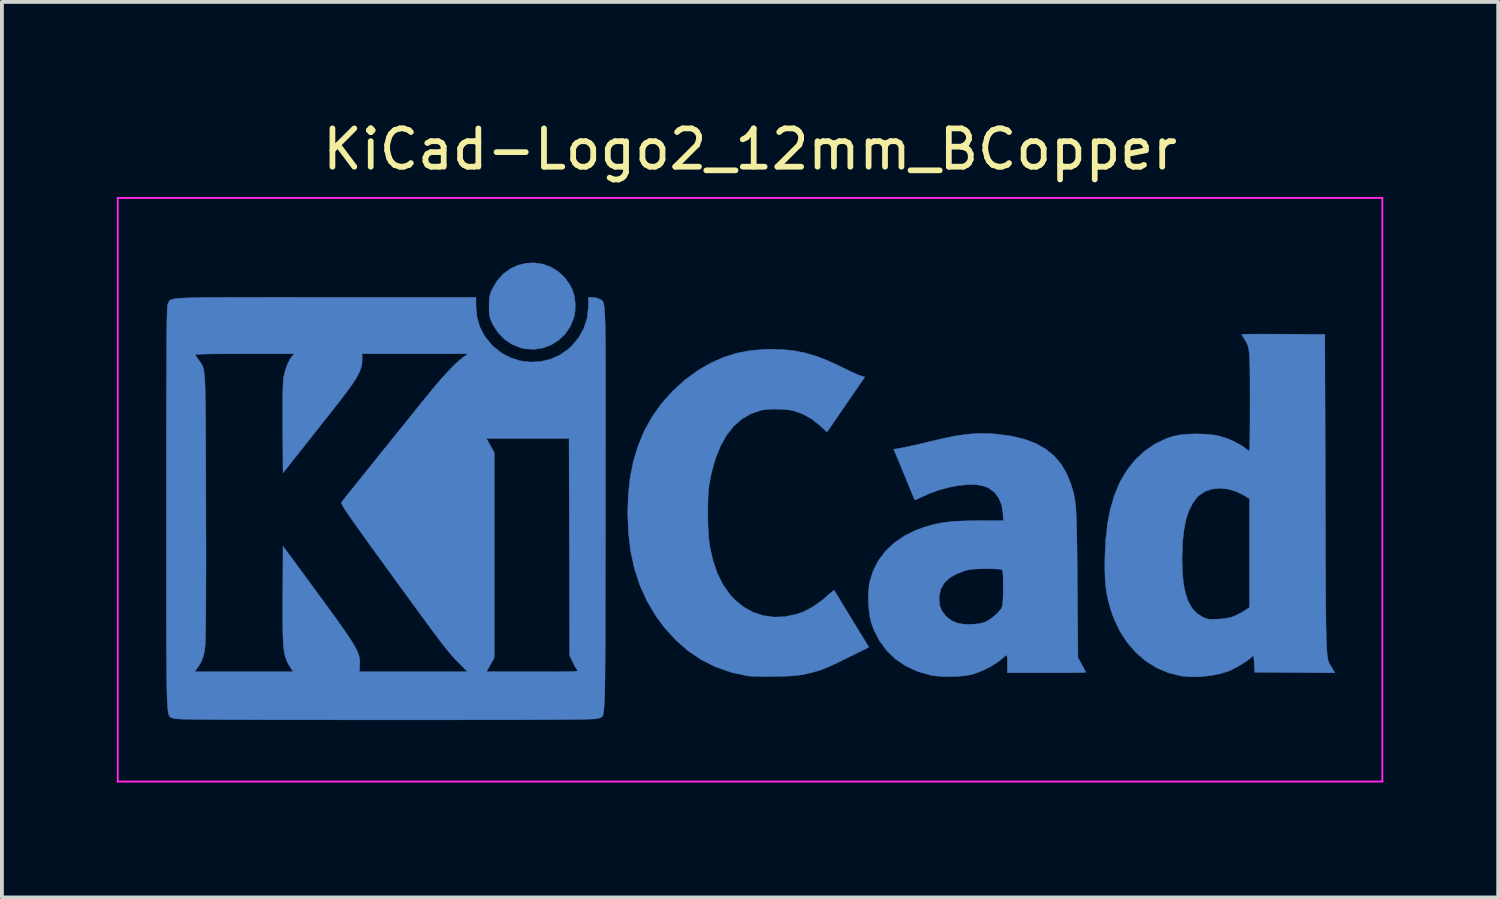
<source format=kicad_pcb>
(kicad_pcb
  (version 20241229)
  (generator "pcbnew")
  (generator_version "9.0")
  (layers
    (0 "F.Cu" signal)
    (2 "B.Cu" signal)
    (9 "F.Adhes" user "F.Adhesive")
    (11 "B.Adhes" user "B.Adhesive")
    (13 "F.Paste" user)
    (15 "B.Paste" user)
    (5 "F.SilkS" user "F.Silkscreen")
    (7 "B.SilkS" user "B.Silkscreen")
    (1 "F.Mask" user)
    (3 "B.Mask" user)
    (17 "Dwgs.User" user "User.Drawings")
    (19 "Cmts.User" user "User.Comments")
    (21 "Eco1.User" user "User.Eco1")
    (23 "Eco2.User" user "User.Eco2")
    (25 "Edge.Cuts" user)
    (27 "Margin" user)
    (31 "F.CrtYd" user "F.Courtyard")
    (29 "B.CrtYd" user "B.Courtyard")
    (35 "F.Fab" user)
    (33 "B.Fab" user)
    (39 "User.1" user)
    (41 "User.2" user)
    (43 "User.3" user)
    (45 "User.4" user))
  (footprint "KiCad-Logo2_12mm_BCopper"
    (layer "F.Cu")
    (at 16.535 9.738)
    (property "Reference" "KiCad-Logo2_12mm_BCopper" (at 0 -8.89 0) (layer "F.SilkS") (effects (font (size 1 1) (thickness 0.15))))
    (attr exclude_from_pos_files exclude_from_bom)
    (fp_poly (pts (xy -5.423 -5.895) (xy -5.218 -5.824) (xy -5.027 -5.712) (xy -4.856 -5.559) (xy -4.712 -5.366) (xy -4.648 -5.244) (xy -4.592 -5.073) (xy -4.565 -4.876) (xy -4.568 -4.674) (xy -4.601 -4.49) (xy -4.692 -4.266) (xy -4.824 -4.072) (xy -4.991 -3.911) (xy -5.185 -3.787) (xy -5.399 -3.705) (xy -5.628 -3.667) (xy -5.865 -3.679) (xy -5.981 -3.704) (xy -6.208 -3.792) (xy -6.41 -3.927) (xy -6.582 -4.104) (xy -6.718 -4.319) (xy -6.729 -4.343) (xy -6.769 -4.431) (xy -6.794 -4.505) (xy -6.808 -4.583) (xy -6.813 -4.684) (xy -6.814 -4.793) (xy -6.813 -4.925) (xy -6.806 -5.019) (xy -6.79 -5.096) (xy -6.762 -5.173) (xy -6.728 -5.249) (xy -6.599 -5.464) (xy -6.441 -5.638) (xy -6.259 -5.771) (xy -6.06 -5.863) (xy -5.85 -5.915) (xy -5.636 -5.925) (xy -5.423 -5.895)) (stroke (width 0.01) (type solid)) (fill yes) (layer "B.Cu"))
    (fp_poly (pts (xy 0.875 -3.659) (xy 1.17 -3.627) (xy 1.455 -3.569) (xy 1.743 -3.483) (xy 2.045 -3.365) (xy 2.372 -3.213) (xy 2.431 -3.184) (xy 2.566 -3.117) (xy 2.694 -3.057) (xy 2.801 -3.009) (xy 2.876 -2.98) (xy 2.887 -2.976) (xy 2.997 -2.943) (xy 2.506 -2.23) (xy 2.386 -2.055) (xy 2.277 -1.896) (xy 2.181 -1.757) (xy 2.103 -1.644) (xy 2.047 -1.562) (xy 2.015 -1.517) (xy 2.01 -1.51) (xy 1.99 -1.525) (xy 1.939 -1.57) (xy 1.867 -1.636) (xy 1.827 -1.674) (xy 1.603 -1.852) (xy 1.351 -1.988) (xy 1.133 -2.062) (xy 1.003 -2.086) (xy 0.84 -2.1) (xy 0.663 -2.105) (xy 0.491 -2.1) (xy 0.345 -2.085) (xy 0.286 -2.074) (xy 0.022 -1.983) (xy -0.216 -1.845) (xy -0.427 -1.659) (xy -0.612 -1.425) (xy -0.771 -1.144) (xy -0.902 -0.817) (xy -1.007 -0.443) (xy -1.069 -0.123) (xy -1.085 0.018) (xy -1.096 0.201) (xy -1.102 0.412) (xy -1.103 0.637) (xy -1.1 0.865) (xy -1.091 1.081) (xy -1.078 1.273) (xy -1.06 1.428) (xy -1.056 1.452) (xy -0.972 1.836) (xy -0.857 2.176) (xy -0.71 2.473) (xy -0.531 2.729) (xy -0.404 2.868) (xy -0.176 3.056) (xy 0.073 3.195) (xy 0.341 3.285) (xy 0.623 3.325) (xy 0.913 3.314) (xy 1.209 3.251) (xy 1.384 3.19) (xy 1.626 3.066) (xy 1.876 2.89) (xy 2.016 2.77) (xy 2.094 2.701) (xy 2.156 2.651) (xy 2.191 2.626) (xy 2.195 2.625) (xy 2.211 2.65) (xy 2.252 2.716) (xy 2.314 2.818) (xy 2.394 2.949) (xy 2.488 3.104) (xy 2.594 3.277) (xy 2.653 3.374) (xy 3.103 4.112) (xy 2.541 4.39) (xy 2.338 4.489) (xy 2.174 4.568) (xy 2.038 4.629) (xy 1.921 4.677) (xy 1.812 4.716) (xy 1.701 4.749) (xy 1.579 4.781) (xy 1.461 4.809) (xy 1.357 4.831) (xy 1.248 4.847) (xy 1.123 4.859) (xy 0.972 4.867) (xy 0.783 4.873) (xy 0.655 4.876) (xy 0.474 4.877) (xy 0.3 4.877) (xy 0.144 4.873) (xy 0.02 4.868) (xy -0.063 4.861) (xy -0.068 4.86) (xy -0.497 4.767) (xy -0.9 4.626) (xy -1.276 4.438) (xy -1.626 4.201) (xy -1.95 3.917) (xy -2.247 3.586) (xy -2.462 3.291) (xy -2.691 2.905) (xy -2.876 2.498) (xy -3.018 2.066) (xy -3.118 1.605) (xy -3.176 1.113) (xy -3.195 0.614) (xy -3.18 0.131) (xy -3.132 -0.315) (xy -3.05 -0.731) (xy -2.932 -1.125) (xy -2.777 -1.503) (xy -2.759 -1.543) (xy -2.555 -1.91) (xy -2.305 -2.259) (xy -2.015 -2.583) (xy -1.693 -2.875) (xy -1.346 -3.127) (xy -1.022 -3.312) (xy -0.695 -3.457) (xy -0.368 -3.562) (xy -0.027 -3.63) (xy 0.34 -3.664) (xy 0.56 -3.669) (xy 0.875 -3.659)) (stroke (width 0.01) (type solid)) (fill yes) (layer "B.Cu"))
    (fp_poly (pts (xy 13.611 -4.064) (xy 13.843 -4.063) (xy 13.922 -4.063) (xy 15.008 -4.056) (xy 15.022 0.109) (xy 15.023 0.674) (xy 15.025 1.187) (xy 15.026 1.65) (xy 15.028 2.067) (xy 15.03 2.44) (xy 15.031 2.772) (xy 15.033 3.064) (xy 15.036 3.321) (xy 15.039 3.544) (xy 15.043 3.737) (xy 15.047 3.901) (xy 15.052 4.04) (xy 15.058 4.157) (xy 15.066 4.253) (xy 15.074 4.331) (xy 15.083 4.395) (xy 15.094 4.447) (xy 15.107 4.489) (xy 15.12 4.524) (xy 15.136 4.555) (xy 15.153 4.585) (xy 15.172 4.615) (xy 15.193 4.649) (xy 15.198 4.657) (xy 15.27 4.78) (xy 14.224 4.773) (xy 13.178 4.766) (xy 13.164 4.536) (xy 13.157 4.426) (xy 13.149 4.362) (xy 13.139 4.337) (xy 13.123 4.342) (xy 13.11 4.356) (xy 13.052 4.41) (xy 12.959 4.478) (xy 12.842 4.553) (xy 12.715 4.627) (xy 12.592 4.692) (xy 12.498 4.735) (xy 12.276 4.805) (xy 12.022 4.854) (xy 11.754 4.881) (xy 11.491 4.885) (xy 11.252 4.862) (xy 11.248 4.861) (xy 10.92 4.779) (xy 10.614 4.648) (xy 10.331 4.471) (xy 10.075 4.251) (xy 9.849 3.99) (xy 9.655 3.692) (xy 9.498 3.36) (xy 9.412 3.114) (xy 9.355 2.907) (xy 9.313 2.708) (xy 9.285 2.503) (xy 9.268 2.28) (xy 9.262 2.027) (xy 9.265 1.821) (xy 11.28 1.821) (xy 11.29 2.167) (xy 11.32 2.464) (xy 11.372 2.717) (xy 11.445 2.926) (xy 11.543 3.094) (xy 11.664 3.225) (xy 11.805 3.317) (xy 11.878 3.352) (xy 11.941 3.373) (xy 12.011 3.382) (xy 12.106 3.383) (xy 12.208 3.379) (xy 12.409 3.362) (xy 12.568 3.327) (xy 12.618 3.309) (xy 12.732 3.258) (xy 12.852 3.194) (xy 12.905 3.161) (xy 13.041 3.072) (xy 13.041 0.233) (xy 12.891 0.143) (xy 12.682 0.041) (xy 12.468 -0.019) (xy 12.257 -0.038) (xy 12.057 -0.016) (xy 11.877 0.046) (xy 11.723 0.149) (xy 11.673 0.198) (xy 11.553 0.359) (xy 11.456 0.554) (xy 11.381 0.787) (xy 11.328 1.06) (xy 11.294 1.377) (xy 11.281 1.742) (xy 11.28 1.821) (xy 9.265 1.821) (xy 9.266 1.735) (xy 9.289 1.285) (xy 9.335 0.88) (xy 9.406 0.512) (xy 9.503 0.177) (xy 9.626 -0.132) (xy 9.67 -0.223) (xy 9.848 -0.522) (xy 10.062 -0.787) (xy 10.308 -1.015) (xy 10.581 -1.201) (xy 10.877 -1.341) (xy 11.053 -1.398) (xy 11.227 -1.433) (xy 11.436 -1.453) (xy 11.663 -1.459) (xy 11.89 -1.452) (xy 12.1 -1.431) (xy 12.268 -1.398) (xy 12.469 -1.333) (xy 12.663 -1.249) (xy 12.833 -1.155) (xy 12.924 -1.091) (xy 12.986 -1.044) (xy 13.03 -1.015) (xy 13.04 -1.011) (xy 13.043 -1.037) (xy 13.046 -1.113) (xy 13.048 -1.232) (xy 13.051 -1.391) (xy 13.052 -1.582) (xy 13.054 -1.801) (xy 13.055 -2.043) (xy 13.055 -2.29) (xy 13.055 -2.606) (xy 13.054 -2.872) (xy 13.052 -3.093) (xy 13.049 -3.276) (xy 13.043 -3.424) (xy 13.036 -3.543) (xy 13.025 -3.638) (xy 13.011 -3.713) (xy 12.993 -3.775) (xy 12.97 -3.828) (xy 12.943 -3.878) (xy 12.911 -3.929) (xy 12.907 -3.935) (xy 12.865 -4.001) (xy 12.84 -4.046) (xy 12.837 -4.056) (xy 12.863 -4.059) (xy 12.938 -4.061) (xy 13.056 -4.063) (xy 13.212 -4.064) (xy 13.399 -4.065) (xy 13.611 -4.064)) (stroke (width 0.01) (type solid)) (fill yes) (layer "B.Cu"))
    (fp_poly (pts (xy 6.301 -1.464) (xy 6.436 -1.453) (xy 6.823 -1.402) (xy 7.166 -1.32) (xy 7.467 -1.206) (xy 7.726 -1.059) (xy 7.946 -0.878) (xy 8.128 -0.662) (xy 8.275 -0.41) (xy 8.382 -0.137) (xy 8.409 -0.049) (xy 8.433 0.032) (xy 8.453 0.113) (xy 8.47 0.196) (xy 8.485 0.288) (xy 8.498 0.391) (xy 8.508 0.511) (xy 8.516 0.651) (xy 8.523 0.817) (xy 8.529 1.012) (xy 8.533 1.242) (xy 8.537 1.509) (xy 8.541 1.82) (xy 8.544 2.178) (xy 8.546 2.458) (xy 8.562 4.384) (xy 8.665 4.569) (xy 8.713 4.658) (xy 8.749 4.727) (xy 8.766 4.764) (xy 8.767 4.767) (xy 8.741 4.77) (xy 8.666 4.772) (xy 8.548 4.775) (xy 8.394 4.777) (xy 8.209 4.778) (xy 7.999 4.779) (xy 7.77 4.78) (xy 7.743 4.78) (xy 6.719 4.78) (xy 6.719 4.547) (xy 6.717 4.443) (xy 6.712 4.362) (xy 6.706 4.319) (xy 6.703 4.315) (xy 6.676 4.332) (xy 6.62 4.376) (xy 6.547 4.437) (xy 6.546 4.439) (xy 6.413 4.537) (xy 6.246 4.636) (xy 6.063 4.726) (xy 5.883 4.796) (xy 5.804 4.82) (xy 5.646 4.851) (xy 5.452 4.871) (xy 5.241 4.879) (xy 5.029 4.875) (xy 4.834 4.86) (xy 4.698 4.838) (xy 4.363 4.74) (xy 4.063 4.6) (xy 3.797 4.42) (xy 3.569 4.202) (xy 3.38 3.947) (xy 3.232 3.658) (xy 3.168 3.482) (xy 3.128 3.312) (xy 3.101 3.107) (xy 3.089 2.886) (xy 3.089 2.854) (xy 4.937 2.854) (xy 4.952 3.018) (xy 5.003 3.154) (xy 5.097 3.28) (xy 5.133 3.317) (xy 5.262 3.417) (xy 5.411 3.481) (xy 5.589 3.512) (xy 5.777 3.515) (xy 5.955 3.5) (xy 6.091 3.47) (xy 6.15 3.448) (xy 6.257 3.387) (xy 6.37 3.303) (xy 6.473 3.207) (xy 6.55 3.116) (xy 6.571 3.082) (xy 6.586 3.035) (xy 6.598 2.96) (xy 6.605 2.851) (xy 6.609 2.699) (xy 6.609 2.554) (xy 6.609 2.386) (xy 6.607 2.264) (xy 6.602 2.181) (xy 6.595 2.128) (xy 6.583 2.099) (xy 6.567 2.084) (xy 6.562 2.082) (xy 6.518 2.074) (xy 6.431 2.069) (xy 6.312 2.064) (xy 6.175 2.063) (xy 6.145 2.063) (xy 5.961 2.066) (xy 5.819 2.074) (xy 5.707 2.09) (xy 5.613 2.113) (xy 5.382 2.201) (xy 5.201 2.308) (xy 5.068 2.437) (xy 4.982 2.59) (xy 4.941 2.768) (xy 4.937 2.854) (xy 3.089 2.854) (xy 3.092 2.67) (xy 3.11 2.476) (xy 3.125 2.397) (xy 3.217 2.106) (xy 3.357 1.838) (xy 3.542 1.596) (xy 3.77 1.382) (xy 4.037 1.199) (xy 4.343 1.05) (xy 4.602 0.96) (xy 4.775 0.912) (xy 4.941 0.875) (xy 5.11 0.848) (xy 5.293 0.828) (xy 5.501 0.816) (xy 5.744 0.809) (xy 5.964 0.807) (xy 6.616 0.806) (xy 6.603 0.61) (xy 6.568 0.397) (xy 6.492 0.215) (xy 6.38 0.066) (xy 6.234 -0.043) (xy 6.106 -0.096) (xy 5.922 -0.13) (xy 5.703 -0.135) (xy 5.46 -0.113) (xy 5.202 -0.065) (xy 4.939 0.006) (xy 4.683 0.098) (xy 4.497 0.183) (xy 4.407 0.226) (xy 4.339 0.257) (xy 4.304 0.268) (xy 4.302 0.268) (xy 4.29 0.242) (xy 4.26 0.171) (xy 4.215 0.064) (xy 4.158 -0.074) (xy 4.091 -0.235) (xy 4.023 -0.4) (xy 3.751 -1.059) (xy 3.944 -1.09) (xy 4.028 -1.106) (xy 4.154 -1.133) (xy 4.312 -1.168) (xy 4.49 -1.209) (xy 4.677 -1.254) (xy 4.752 -1.272) (xy 5.076 -1.347) (xy 5.359 -1.404) (xy 5.613 -1.442) (xy 5.847 -1.464) (xy 6.073 -1.471) (xy 6.301 -1.464)) (stroke (width 0.01) (type solid)) (fill yes) (layer "B.Cu"))
    (fp_poly (pts (xy -11.847 -5.025) (xy -11.321 -5.025) (xy -11.076 -5.025) (xy -7.156 -5.025) (xy -7.156 -4.794) (xy -7.131 -4.513) (xy -7.057 -4.254) (xy -6.932 -4.015) (xy -6.756 -3.794) (xy -6.696 -3.735) (xy -6.482 -3.566) (xy -6.246 -3.443) (xy -5.995 -3.365) (xy -5.735 -3.334) (xy -5.475 -3.347) (xy -5.221 -3.406) (xy -4.98 -3.511) (xy -4.76 -3.661) (xy -4.661 -3.751) (xy -4.476 -3.973) (xy -4.34 -4.216) (xy -4.255 -4.479) (xy -4.222 -4.759) (xy -4.221 -4.786) (xy -4.22 -5.025) (xy -4.115 -5.025) (xy -4.021 -5.013) (xy -3.936 -4.982) (xy -3.931 -4.979) (xy -3.912 -4.969) (xy -3.894 -4.961) (xy -3.878 -4.953) (xy -3.863 -4.943) (xy -3.85 -4.928) (xy -3.838 -4.907) (xy -3.827 -4.876) (xy -3.817 -4.834) (xy -3.809 -4.778) (xy -3.802 -4.707) (xy -3.795 -4.617) (xy -3.79 -4.507) (xy -3.785 -4.374) (xy -3.781 -4.216) (xy -3.778 -4.031) (xy -3.776 -3.817) (xy -3.774 -3.571) (xy -3.773 -3.29) (xy -3.772 -2.974) (xy -3.772 -2.619) (xy -3.772 -2.223) (xy -3.772 -1.784) (xy -3.773 -1.3) (xy -3.774 -0.769) (xy -3.775 -0.187) (xy -3.775 0.446) (xy -3.776 0.524) (xy -3.776 1.161) (xy -3.777 1.747) (xy -3.778 2.282) (xy -3.778 2.769) (xy -3.779 3.211) (xy -3.78 3.609) (xy -3.781 3.967) (xy -3.783 4.285) (xy -3.785 4.568) (xy -3.787 4.815) (xy -3.79 5.031) (xy -3.793 5.217) (xy -3.797 5.376) (xy -3.802 5.509) (xy -3.808 5.62) (xy -3.815 5.709) (xy -3.822 5.781) (xy -3.831 5.836) (xy -3.84 5.877) (xy -3.851 5.906) (xy -3.863 5.926) (xy -3.877 5.939) (xy -3.892 5.948) (xy -3.908 5.953) (xy -3.926 5.958) (xy -3.946 5.965) (xy -3.95 5.968) (xy -3.965 5.973) (xy -3.991 5.977) (xy -4.028 5.981) (xy -4.08 5.985) (xy -4.148 5.988) (xy -4.236 5.991) (xy -4.344 5.994) (xy -4.476 5.996) (xy -4.633 5.999) (xy -4.818 6) (xy -5.033 6.002) (xy -5.28 6.003) (xy -5.561 6.005) (xy -5.878 6.006) (xy -6.234 6.006) (xy -6.631 6.007) (xy -7.071 6.007) (xy -7.556 6.008) (xy -8.088 6.008) (xy -8.67 6.008) (xy -9.303 6.008) (xy -9.509 6.008) (xy -10.156 6.008) (xy -10.752 6.008) (xy -11.297 6.007) (xy -11.794 6.007) (xy -12.245 6.007) (xy -12.653 6.006) (xy -13.02 6.005) (xy -13.347 6.004) (xy -13.638 6.003) (xy -13.894 6.002) (xy -14.117 6) (xy -14.31 5.999) (xy -14.476 5.997) (xy -14.615 5.994) (xy -14.731 5.992) (xy -14.826 5.989) (xy -14.901 5.985) (xy -14.96 5.982) (xy -15.003 5.978) (xy -15.035 5.974) (xy -15.056 5.969) (xy -15.067 5.965) (xy -15.088 5.956) (xy -15.107 5.95) (xy -15.124 5.943) (xy -15.139 5.935) (xy -15.154 5.921) (xy -15.166 5.902) (xy -15.178 5.873) (xy -15.188 5.832) (xy -15.197 5.779) (xy -15.205 5.709) (xy -15.212 5.622) (xy -15.218 5.514) (xy -15.223 5.383) (xy -15.227 5.228) (xy -15.231 5.045) (xy -15.234 4.834) (xy -15.234 4.752) (xy -14.505 4.752) (xy -11.929 4.752) (xy -11.979 4.677) (xy -12.028 4.6) (xy -12.07 4.526) (xy -12.104 4.452) (xy -12.133 4.37) (xy -12.156 4.277) (xy -12.173 4.166) (xy -12.186 4.034) (xy -12.195 3.875) (xy -12.2 3.683) (xy -12.203 3.454) (xy -12.204 3.182) (xy -12.202 2.863) (xy -12.202 2.744) (xy -12.195 1.472) (xy -11.389 2.569) (xy -11.161 2.88) (xy -10.963 3.151) (xy -10.794 3.385) (xy -10.65 3.587) (xy -10.531 3.759) (xy -10.434 3.905) (xy -10.357 4.028) (xy -10.297 4.133) (xy -10.253 4.223) (xy -10.223 4.302) (xy -10.203 4.372) (xy -10.193 4.439) (xy -10.19 4.504) (xy -10.192 4.573) (xy -10.192 4.581) (xy -10.201 4.752) (xy -8.789 4.752) (xy -7.378 4.752) (xy -7.588 4.54) (xy -7.645 4.483) (xy -7.699 4.426) (xy -7.752 4.368) (xy -7.807 4.306) (xy -7.867 4.235) (xy -7.933 4.154) (xy -8.008 4.059) (xy -8.094 3.947) (xy -8.194 3.814) (xy -8.31 3.659) (xy -8.445 3.476) (xy -8.6 3.265) (xy -8.779 3.02) (xy -8.983 2.74) (xy -9.215 2.422) (xy -9.405 2.16) (xy -9.643 1.831) (xy -9.852 1.544) (xy -10.031 1.295) (xy -10.184 1.082) (xy -10.312 0.902) (xy -10.417 0.753) (xy -10.501 0.631) (xy -10.566 0.534) (xy -10.614 0.46) (xy -10.646 0.404) (xy -10.665 0.366) (xy -10.673 0.342) (xy -10.67 0.329) (xy -10.644 0.295) (xy -10.587 0.222) (xy -10.502 0.116) (xy -10.393 -0.02) (xy -10.264 -0.181) (xy -10.118 -0.363) (xy -9.958 -0.562) (xy -9.788 -0.773) (xy -9.612 -0.993) (xy -9.432 -1.216) (xy -9.333 -1.338) (xy -6.882 -1.338) (xy -6.678 -0.97) (xy -6.678 4.384) (xy -6.882 4.752) (xy -5.676 4.752) (xy -5.388 4.752) (xy -5.151 4.752) (xy -4.958 4.751) (xy -4.807 4.749) (xy -4.693 4.747) (xy -4.61 4.744) (xy -4.554 4.739) (xy -4.521 4.733) (xy -4.507 4.725) (xy -4.506 4.715) (xy -4.515 4.704) (xy -4.515 4.704) (xy -4.549 4.654) (xy -4.595 4.573) (xy -4.635 4.492) (xy -4.711 4.329) (xy -4.719 1.495) (xy -4.727 -1.338) (xy -6.882 -1.338) (xy -9.333 -1.338) (xy -9.253 -1.438) (xy -9.078 -1.656) (xy -8.909 -1.864) (xy -8.752 -2.059) (xy -8.609 -2.237) (xy -8.483 -2.392) (xy -8.378 -2.521) (xy -8.298 -2.619) (xy -8.251 -2.677) (xy -8.069 -2.891) (xy -7.893 -3.084) (xy -7.731 -3.25) (xy -7.588 -3.383) (xy -7.486 -3.464) (xy -7.366 -3.551) (xy -10.13 -3.551) (xy -10.129 -3.388) (xy -10.137 -3.269) (xy -10.166 -3.159) (xy -10.211 -3.054) (xy -10.24 -2.995) (xy -10.271 -2.936) (xy -10.308 -2.874) (xy -10.352 -2.805) (xy -10.408 -2.724) (xy -10.476 -2.629) (xy -10.562 -2.514) (xy -10.667 -2.377) (xy -10.794 -2.213) (xy -10.946 -2.019) (xy -11.127 -1.79) (xy -11.338 -1.522) (xy -11.362 -1.492) (xy -12.195 -0.439) (xy -12.203 -1.605) (xy -12.204 -1.955) (xy -12.204 -2.251) (xy -12.202 -2.494) (xy -12.197 -2.686) (xy -12.191 -2.826) (xy -12.183 -2.917) (xy -12.18 -2.935) (xy -12.136 -3.117) (xy -12.078 -3.281) (xy -12.011 -3.413) (xy -11.972 -3.469) (xy -11.903 -3.551) (xy -13.204 -3.551) (xy -13.515 -3.55) (xy -13.774 -3.549) (xy -13.987 -3.548) (xy -14.156 -3.545) (xy -14.286 -3.542) (xy -14.38 -3.538) (xy -14.442 -3.533) (xy -14.476 -3.526) (xy -14.486 -3.518) (xy -14.485 -3.516) (xy -14.458 -3.475) (xy -14.412 -3.409) (xy -14.388 -3.375) (xy -14.363 -3.342) (xy -14.341 -3.312) (xy -14.321 -3.283) (xy -14.304 -3.252) (xy -14.288 -3.215) (xy -14.275 -3.17) (xy -14.263 -3.114) (xy -14.253 -3.043) (xy -14.244 -2.956) (xy -14.237 -2.849) (xy -14.231 -2.719) (xy -14.226 -2.563) (xy -14.222 -2.379) (xy -14.219 -2.162) (xy -14.216 -1.912) (xy -14.215 -1.623) (xy -14.213 -1.295) (xy -14.212 -0.922) (xy -14.211 -0.504) (xy -14.21 -0.036) (xy -14.209 0.393) (xy -14.208 0.872) (xy -14.207 1.329) (xy -14.207 1.761) (xy -14.207 2.166) (xy -14.208 2.539) (xy -14.209 2.879) (xy -14.211 3.182) (xy -14.213 3.446) (xy -14.216 3.668) (xy -14.218 3.844) (xy -14.222 3.971) (xy -14.225 4.048) (xy -14.226 4.056) (xy -14.25 4.242) (xy -14.288 4.391) (xy -14.345 4.521) (xy -14.428 4.649) (xy -14.439 4.663) (xy -14.505 4.752) (xy -15.234 4.752) (xy -15.236 4.59) (xy -15.237 4.313) (xy -15.239 3.999) (xy -15.239 3.648) (xy -15.24 3.255) (xy -15.24 2.82) (xy -15.24 2.339) (xy -15.24 1.811) (xy -15.24 1.234) (xy -15.24 0.604) (xy -15.24 0.479) (xy -15.24 -0.157) (xy -15.24 -0.741) (xy -15.24 -1.274) (xy -15.239 -1.76) (xy -15.239 -2.2) (xy -15.238 -2.597) (xy -15.237 -2.952) (xy -15.236 -3.269) (xy -15.235 -3.549) (xy -15.234 -3.794) (xy -15.232 -4.008) (xy -15.23 -4.191) (xy -15.228 -4.346) (xy -15.226 -4.477) (xy -15.223 -4.583) (xy -15.22 -4.669) (xy -15.216 -4.736) (xy -15.213 -4.787) (xy -15.208 -4.823) (xy -15.204 -4.848) (xy -15.199 -4.862) (xy -15.199 -4.862) (xy -15.188 -4.885) (xy -15.18 -4.905) (xy -15.17 -4.923) (xy -15.157 -4.939) (xy -15.138 -4.953) (xy -15.11 -4.966) (xy -15.071 -4.977) (xy -15.017 -4.987) (xy -14.947 -4.995) (xy -14.858 -5.002) (xy -14.746 -5.008) (xy -14.61 -5.013) (xy -14.447 -5.017) (xy -14.254 -5.02) (xy -14.029 -5.022) (xy -13.768 -5.023) (xy -13.47 -5.025) (xy -13.131 -5.025) (xy -12.75 -5.025) (xy -12.323 -5.026) (xy -11.847 -5.025)) (stroke (width 0.01) (type solid)) (fill yes) (layer "B.Cu"))
    (fp_line (start -16.51 -7.62) (end 16.51 -7.62) (stroke (width 0.05) (type solid)) (layer "F.CrtYd"))
    (fp_line (start -16.51 7.62) (end -16.51 -7.62) (stroke (width 0.05) (type solid)) (layer "F.CrtYd"))
    (fp_line (start 16.51 -7.62) (end 16.51 7.62) (stroke (width 0.05) (type solid)) (layer "F.CrtYd"))
    (fp_line (start 16.51 7.62) (end -16.51 7.62) (stroke (width 0.05) (type solid)) (layer "F.CrtYd")))
  (gr_rect
    (start -3 -3)
    (end 36.07 20.383)
    (stroke (width 0.1) (type default))
    (fill no)
    (layer "Edge.Cuts")))
</source>
